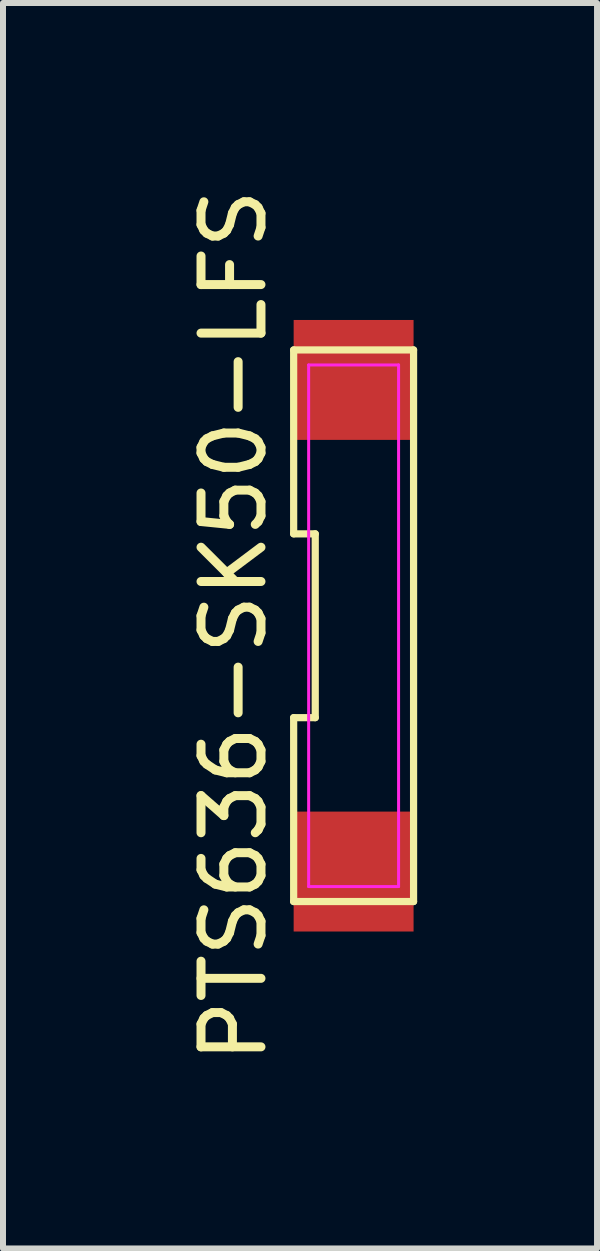
<source format=kicad_pcb>
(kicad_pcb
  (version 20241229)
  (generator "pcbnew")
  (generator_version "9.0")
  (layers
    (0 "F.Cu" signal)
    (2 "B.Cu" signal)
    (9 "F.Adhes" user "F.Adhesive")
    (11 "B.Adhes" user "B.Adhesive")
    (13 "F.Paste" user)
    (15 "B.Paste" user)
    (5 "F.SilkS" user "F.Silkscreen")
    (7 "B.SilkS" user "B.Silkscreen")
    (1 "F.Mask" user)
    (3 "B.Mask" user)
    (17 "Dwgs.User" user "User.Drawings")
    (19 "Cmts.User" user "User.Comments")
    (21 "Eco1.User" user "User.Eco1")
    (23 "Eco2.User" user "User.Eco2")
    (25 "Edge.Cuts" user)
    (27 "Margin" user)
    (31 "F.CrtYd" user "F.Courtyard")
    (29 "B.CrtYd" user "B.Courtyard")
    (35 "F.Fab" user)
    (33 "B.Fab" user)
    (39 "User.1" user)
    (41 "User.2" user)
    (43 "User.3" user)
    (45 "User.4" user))
  (footprint "PTS636-SK50-LFS"
    (layer "F.Cu")
    (at 2.848 7.387)
    (property "Reference" "PTS636-SK50-LFS" (at -2 0 90) (layer "F.SilkS") (effects (font (size 1 1) (thickness 0.15))))
    (attr through_hole)
    (fp_line (start -1 1.533) (end -1 4.6) (stroke (width 0.12) (type solid)) (layer "F.SilkS"))
    (fp_line (start -1 4.6) (end 1 4.6) (stroke (width 0.12) (type solid)) (layer "F.SilkS"))
    (fp_line (start -1 -4.6) (end -1 -1.533) (stroke (width 0.12) (type solid)) (layer "F.SilkS"))
    (fp_line (start -1 -1.533) (end -0.64 -1.533) (stroke (width 0.12) (type solid)) (layer "F.SilkS"))
    (fp_line (start -0.64 1.533) (end -1 1.533) (stroke (width 0.12) (type solid)) (layer "F.SilkS"))
    (fp_line (start -0.64 -1.533) (end -0.64 1.533) (stroke (width 0.12) (type solid)) (layer "F.SilkS"))
    (fp_line (start 1 4.6) (end 1 -4.6) (stroke (width 0.12) (type solid)) (layer "F.SilkS"))
    (fp_line (start 1 -4.6) (end -1 -4.6) (stroke (width 0.12) (type solid)) (layer "F.SilkS"))
    (fp_line (start -0.75 -4.35) (end 0.75 -4.35) (stroke (width 0.05) (type solid)) (layer "F.CrtYd"))
    (fp_line (start -0.75 4.35) (end -0.75 -4.35) (stroke (width 0.05) (type solid)) (layer "F.CrtYd"))
    (fp_line (start 0.75 -4.35) (end 0.75 4.35) (stroke (width 0.05) (type solid)) (layer "F.CrtYd"))
    (fp_line (start 0.75 4.35) (end -0.75 4.35) (stroke (width 0.05) (type solid)) (layer "F.CrtYd"))
    (pad "1" smd rect (at 0 4.1) (size 2 2) (layers "F.Cu" "F.Mask" "F.Paste"))
    (pad "2" smd rect (at 0 -4.1) (size 2 2) (layers "F.Cu" "F.Mask" "F.Paste")))
  (gr_rect
    (start -3 -3)
    (end 6.908 17.774)
    (stroke (width 0.1) (type default))
    (fill no)
    (layer "Edge.Cuts")))
</source>
